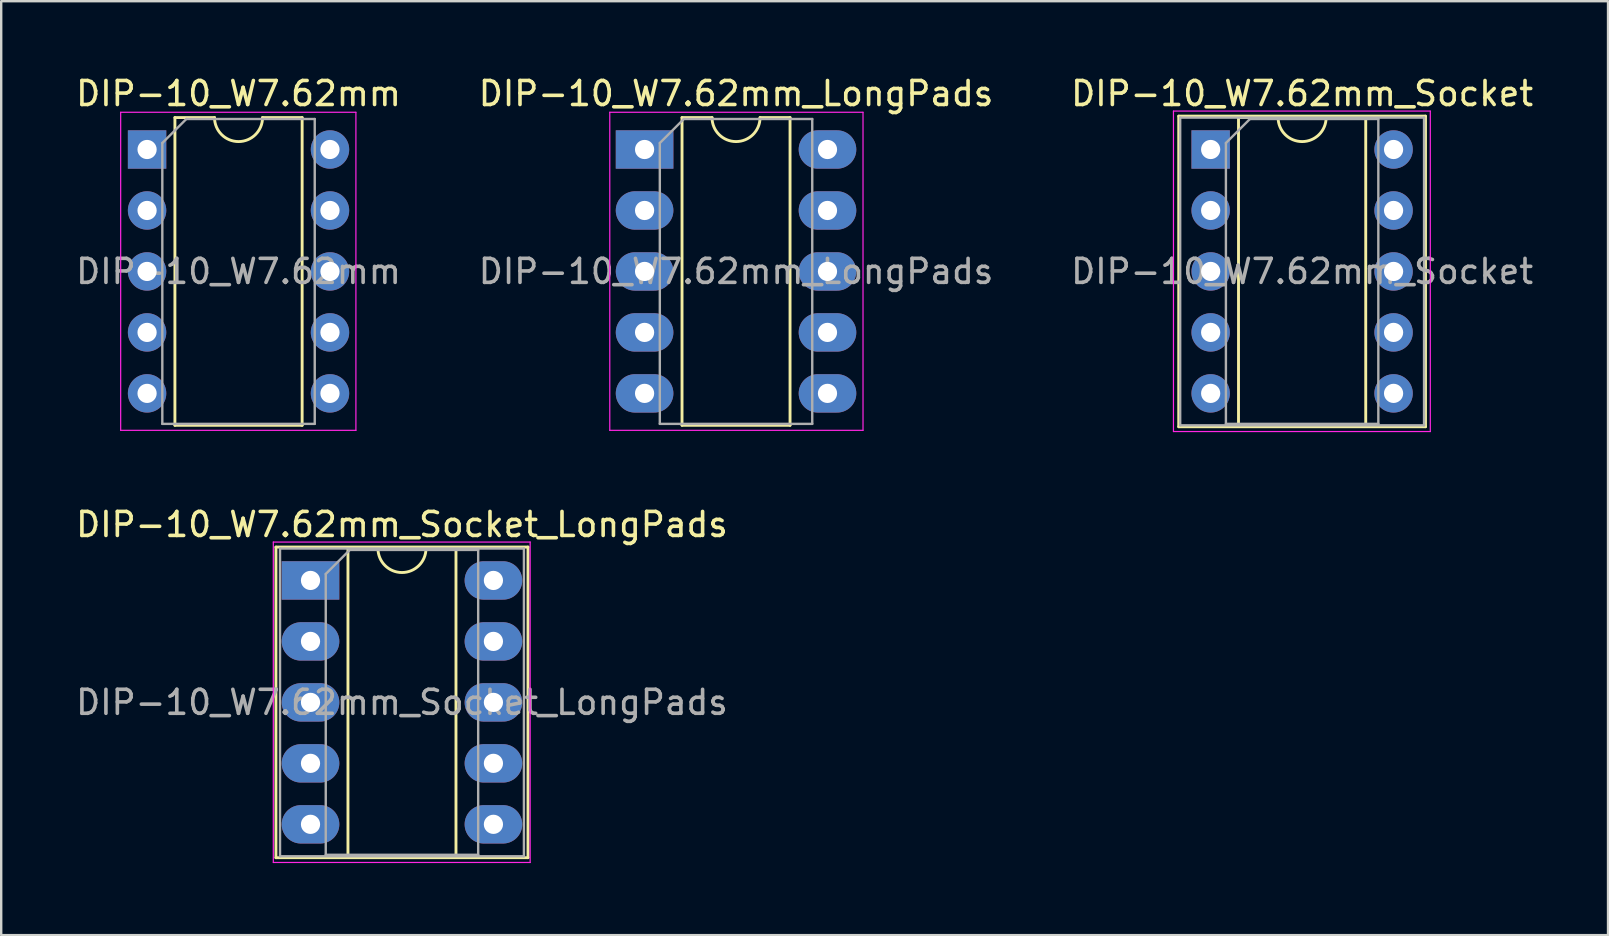
<source format=kicad_pcb>
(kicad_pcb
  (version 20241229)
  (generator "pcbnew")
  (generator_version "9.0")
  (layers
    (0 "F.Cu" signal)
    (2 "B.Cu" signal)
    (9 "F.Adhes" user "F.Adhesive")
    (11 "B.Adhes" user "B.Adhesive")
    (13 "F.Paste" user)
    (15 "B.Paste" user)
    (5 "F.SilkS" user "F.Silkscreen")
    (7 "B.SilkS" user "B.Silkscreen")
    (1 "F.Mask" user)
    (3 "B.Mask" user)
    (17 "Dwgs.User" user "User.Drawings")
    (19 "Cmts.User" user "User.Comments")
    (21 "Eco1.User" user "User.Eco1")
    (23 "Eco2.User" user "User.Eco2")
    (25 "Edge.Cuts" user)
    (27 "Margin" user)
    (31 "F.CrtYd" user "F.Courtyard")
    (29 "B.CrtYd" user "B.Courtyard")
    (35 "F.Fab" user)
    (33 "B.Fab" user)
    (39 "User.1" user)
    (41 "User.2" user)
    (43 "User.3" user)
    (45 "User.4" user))
  (footprint "DIP-10_W7.62mm_Socket_LongPads"
    (layer "F.Cu")
    (at 9.886 21.131)
    (property "Reference" "DIP-10_W7.62mm_Socket_LongPads" (at 3.81 -2.33 0) (layer "F.SilkS") (effects (font (size 1 1) (thickness 0.15))))
    (attr through_hole)
    (fp_line (start -1.44 -1.39) (end -1.44 11.55) (stroke (width 0.12) (type solid)) (layer "F.SilkS"))
    (fp_line (start -1.44 11.55) (end 9.06 11.55) (stroke (width 0.12) (type solid)) (layer "F.SilkS"))
    (fp_line (start 1.56 -1.33) (end 1.56 11.49) (stroke (width 0.12) (type solid)) (layer "F.SilkS"))
    (fp_line (start 1.56 11.49) (end 6.06 11.49) (stroke (width 0.12) (type solid)) (layer "F.SilkS"))
    (fp_line (start 2.81 -1.33) (end 1.56 -1.33) (stroke (width 0.12) (type solid)) (layer "F.SilkS"))
    (fp_line (start 6.06 -1.33) (end 4.81 -1.33) (stroke (width 0.12) (type solid)) (layer "F.SilkS"))
    (fp_line (start 6.06 11.49) (end 6.06 -1.33) (stroke (width 0.12) (type solid)) (layer "F.SilkS"))
    (fp_line (start 9.06 -1.39) (end -1.44 -1.39) (stroke (width 0.12) (type solid)) (layer "F.SilkS"))
    (fp_line (start 9.06 11.55) (end 9.06 -1.39) (stroke (width 0.12) (type solid)) (layer "F.SilkS"))
    (fp_arc (start 4.81 -1.33) (mid 3.81 -0.33) (end 2.81 -1.33) (stroke (width 0.12) (type solid)) (layer "F.SilkS"))
    (fp_line (start -1.55 -1.6) (end -1.55 11.75) (stroke (width 0.05) (type solid)) (layer "F.CrtYd"))
    (fp_line (start -1.55 11.75) (end 9.15 11.75) (stroke (width 0.05) (type solid)) (layer "F.CrtYd"))
    (fp_line (start 9.15 -1.6) (end -1.55 -1.6) (stroke (width 0.05) (type solid)) (layer "F.CrtYd"))
    (fp_line (start 9.15 11.75) (end 9.15 -1.6) (stroke (width 0.05) (type solid)) (layer "F.CrtYd"))
    (fp_line (start -1.27 -1.33) (end -1.27 11.49) (stroke (width 0.1) (type solid)) (layer "F.Fab"))
    (fp_line (start -1.27 11.49) (end 8.89 11.49) (stroke (width 0.1) (type solid)) (layer "F.Fab"))
    (fp_line (start 0.635 -0.27) (end 1.635 -1.27) (stroke (width 0.1) (type solid)) (layer "F.Fab"))
    (fp_line (start 0.635 11.43) (end 0.635 -0.27) (stroke (width 0.1) (type solid)) (layer "F.Fab"))
    (fp_line (start 1.635 -1.27) (end 6.985 -1.27) (stroke (width 0.1) (type solid)) (layer "F.Fab"))
    (fp_line (start 6.985 -1.27) (end 6.985 11.43) (stroke (width 0.1) (type solid)) (layer "F.Fab"))
    (fp_line (start 6.985 11.43) (end 0.635 11.43) (stroke (width 0.1) (type solid)) (layer "F.Fab"))
    (fp_line (start 8.89 -1.33) (end -1.27 -1.33) (stroke (width 0.1) (type solid)) (layer "F.Fab"))
    (fp_line (start 8.89 11.49) (end 8.89 -1.33) (stroke (width 0.1) (type solid)) (layer "F.Fab"))
    (fp_text user "${REFERENCE}" (at 3.81 5.08 0) (layer "F.Fab") (effects (font (size 1 1) (thickness 0.15))))
    (pad "1" thru_hole rect (at 0 0) (size 2.4 1.6) (drill 0.8) (layers "*.Cu" "*.Mask"))
    (pad "2" thru_hole oval (at 0 2.54) (size 2.4 1.6) (drill 0.8) (layers "*.Cu" "*.Mask"))
    (pad "3" thru_hole oval (at 0 5.08) (size 2.4 1.6) (drill 0.8) (layers "*.Cu" "*.Mask"))
    (pad "4" thru_hole oval (at 0 7.62) (size 2.4 1.6) (drill 0.8) (layers "*.Cu" "*.Mask"))
    (pad "5" thru_hole oval (at 0 10.16) (size 2.4 1.6) (drill 0.8) (layers "*.Cu" "*.Mask"))
    (pad "6" thru_hole oval (at 7.62 10.16) (size 2.4 1.6) (drill 0.8) (layers "*.Cu" "*.Mask"))
    (pad "7" thru_hole oval (at 7.62 7.62) (size 2.4 1.6) (drill 0.8) (layers "*.Cu" "*.Mask"))
    (pad "8" thru_hole oval (at 7.62 5.08) (size 2.4 1.6) (drill 0.8) (layers "*.Cu" "*.Mask"))
    (pad "9" thru_hole oval (at 7.62 2.54) (size 2.4 1.6) (drill 0.8) (layers "*.Cu" "*.Mask"))
    (pad "10" thru_hole oval (at 7.62 0) (size 2.4 1.6) (drill 0.8) (layers "*.Cu" "*.Mask")))
  (footprint "DIP-10_W7.62mm_LongPads"
    (layer "F.Cu")
    (at 23.803 3.178)
    (property "Reference" "DIP-10_W7.62mm_LongPads" (at 3.81 -2.33 0) (layer "F.SilkS") (effects (font (size 1 1) (thickness 0.15))))
    (attr through_hole)
    (fp_line (start 1.56 -1.33) (end 1.56 11.49) (stroke (width 0.12) (type solid)) (layer "F.SilkS"))
    (fp_line (start 1.56 11.49) (end 6.06 11.49) (stroke (width 0.12) (type solid)) (layer "F.SilkS"))
    (fp_line (start 2.81 -1.33) (end 1.56 -1.33) (stroke (width 0.12) (type solid)) (layer "F.SilkS"))
    (fp_line (start 6.06 -1.33) (end 4.81 -1.33) (stroke (width 0.12) (type solid)) (layer "F.SilkS"))
    (fp_line (start 6.06 11.49) (end 6.06 -1.33) (stroke (width 0.12) (type solid)) (layer "F.SilkS"))
    (fp_arc (start 4.81 -1.33) (mid 3.81 -0.33) (end 2.81 -1.33) (stroke (width 0.12) (type solid)) (layer "F.SilkS"))
    (fp_line (start -1.45 -1.55) (end -1.45 11.7) (stroke (width 0.05) (type solid)) (layer "F.CrtYd"))
    (fp_line (start -1.45 11.7) (end 9.1 11.7) (stroke (width 0.05) (type solid)) (layer "F.CrtYd"))
    (fp_line (start 9.1 -1.55) (end -1.45 -1.55) (stroke (width 0.05) (type solid)) (layer "F.CrtYd"))
    (fp_line (start 9.1 11.7) (end 9.1 -1.55) (stroke (width 0.05) (type solid)) (layer "F.CrtYd"))
    (fp_line (start 0.635 -0.27) (end 1.635 -1.27) (stroke (width 0.1) (type solid)) (layer "F.Fab"))
    (fp_line (start 0.635 11.43) (end 0.635 -0.27) (stroke (width 0.1) (type solid)) (layer "F.Fab"))
    (fp_line (start 1.635 -1.27) (end 6.985 -1.27) (stroke (width 0.1) (type solid)) (layer "F.Fab"))
    (fp_line (start 6.985 -1.27) (end 6.985 11.43) (stroke (width 0.1) (type solid)) (layer "F.Fab"))
    (fp_line (start 6.985 11.43) (end 0.635 11.43) (stroke (width 0.1) (type solid)) (layer "F.Fab"))
    (fp_text user "${REFERENCE}" (at 3.81 5.08 0) (layer "F.Fab") (effects (font (size 1 1) (thickness 0.15))))
    (pad "1" thru_hole rect (at 0 0) (size 2.4 1.6) (drill 0.8) (layers "*.Cu" "*.Mask"))
    (pad "2" thru_hole oval (at 0 2.54) (size 2.4 1.6) (drill 0.8) (layers "*.Cu" "*.Mask"))
    (pad "3" thru_hole oval (at 0 5.08) (size 2.4 1.6) (drill 0.8) (layers "*.Cu" "*.Mask"))
    (pad "4" thru_hole oval (at 0 7.62) (size 2.4 1.6) (drill 0.8) (layers "*.Cu" "*.Mask"))
    (pad "5" thru_hole oval (at 0 10.16) (size 2.4 1.6) (drill 0.8) (layers "*.Cu" "*.Mask"))
    (pad "6" thru_hole oval (at 7.62 10.16) (size 2.4 1.6) (drill 0.8) (layers "*.Cu" "*.Mask"))
    (pad "7" thru_hole oval (at 7.62 7.62) (size 2.4 1.6) (drill 0.8) (layers "*.Cu" "*.Mask"))
    (pad "8" thru_hole oval (at 7.62 5.08) (size 2.4 1.6) (drill 0.8) (layers "*.Cu" "*.Mask"))
    (pad "9" thru_hole oval (at 7.62 2.54) (size 2.4 1.6) (drill 0.8) (layers "*.Cu" "*.Mask"))
    (pad "10" thru_hole oval (at 7.62 0) (size 2.4 1.6) (drill 0.8) (layers "*.Cu" "*.Mask")))
  (footprint "DIP-10_W7.62mm_Socket"
    (layer "F.Cu")
    (at 47.386 3.178)
    (property "Reference" "DIP-10_W7.62mm_Socket" (at 3.81 -2.33 0) (layer "F.SilkS") (effects (font (size 1 1) (thickness 0.15))))
    (attr through_hole)
    (fp_line (start -1.33 -1.39) (end -1.33 11.55) (stroke (width 0.12) (type solid)) (layer "F.SilkS"))
    (fp_line (start -1.33 11.55) (end 8.95 11.55) (stroke (width 0.12) (type solid)) (layer "F.SilkS"))
    (fp_line (start 1.16 -1.33) (end 1.16 11.49) (stroke (width 0.12) (type solid)) (layer "F.SilkS"))
    (fp_line (start 1.16 11.49) (end 6.46 11.49) (stroke (width 0.12) (type solid)) (layer "F.SilkS"))
    (fp_line (start 2.81 -1.33) (end 1.16 -1.33) (stroke (width 0.12) (type solid)) (layer "F.SilkS"))
    (fp_line (start 6.46 -1.33) (end 4.81 -1.33) (stroke (width 0.12) (type solid)) (layer "F.SilkS"))
    (fp_line (start 6.46 11.49) (end 6.46 -1.33) (stroke (width 0.12) (type solid)) (layer "F.SilkS"))
    (fp_line (start 8.95 -1.39) (end -1.33 -1.39) (stroke (width 0.12) (type solid)) (layer "F.SilkS"))
    (fp_line (start 8.95 11.55) (end 8.95 -1.39) (stroke (width 0.12) (type solid)) (layer "F.SilkS"))
    (fp_arc (start 4.81 -1.33) (mid 3.81 -0.33) (end 2.81 -1.33) (stroke (width 0.12) (type solid)) (layer "F.SilkS"))
    (fp_line (start -1.55 -1.6) (end -1.55 11.75) (stroke (width 0.05) (type solid)) (layer "F.CrtYd"))
    (fp_line (start -1.55 11.75) (end 9.15 11.75) (stroke (width 0.05) (type solid)) (layer "F.CrtYd"))
    (fp_line (start 9.15 -1.6) (end -1.55 -1.6) (stroke (width 0.05) (type solid)) (layer "F.CrtYd"))
    (fp_line (start 9.15 11.75) (end 9.15 -1.6) (stroke (width 0.05) (type solid)) (layer "F.CrtYd"))
    (fp_line (start -1.27 -1.33) (end -1.27 11.49) (stroke (width 0.1) (type solid)) (layer "F.Fab"))
    (fp_line (start -1.27 11.49) (end 8.89 11.49) (stroke (width 0.1) (type solid)) (layer "F.Fab"))
    (fp_line (start 0.635 -0.27) (end 1.635 -1.27) (stroke (width 0.1) (type solid)) (layer "F.Fab"))
    (fp_line (start 0.635 11.43) (end 0.635 -0.27) (stroke (width 0.1) (type solid)) (layer "F.Fab"))
    (fp_line (start 1.635 -1.27) (end 6.985 -1.27) (stroke (width 0.1) (type solid)) (layer "F.Fab"))
    (fp_line (start 6.985 -1.27) (end 6.985 11.43) (stroke (width 0.1) (type solid)) (layer "F.Fab"))
    (fp_line (start 6.985 11.43) (end 0.635 11.43) (stroke (width 0.1) (type solid)) (layer "F.Fab"))
    (fp_line (start 8.89 -1.33) (end -1.27 -1.33) (stroke (width 0.1) (type solid)) (layer "F.Fab"))
    (fp_line (start 8.89 11.49) (end 8.89 -1.33) (stroke (width 0.1) (type solid)) (layer "F.Fab"))
    (fp_text user "${REFERENCE}" (at 3.81 5.08 0) (layer "F.Fab") (effects (font (size 1 1) (thickness 0.15))))
    (pad "1" thru_hole rect (at 0 0) (size 1.6 1.6) (drill 0.8) (layers "*.Cu" "*.Mask"))
    (pad "2" thru_hole oval (at 0 2.54) (size 1.6 1.6) (drill 0.8) (layers "*.Cu" "*.Mask"))
    (pad "3" thru_hole oval (at 0 5.08) (size 1.6 1.6) (drill 0.8) (layers "*.Cu" "*.Mask"))
    (pad "4" thru_hole oval (at 0 7.62) (size 1.6 1.6) (drill 0.8) (layers "*.Cu" "*.Mask"))
    (pad "5" thru_hole oval (at 0 10.16) (size 1.6 1.6) (drill 0.8) (layers "*.Cu" "*.Mask"))
    (pad "6" thru_hole oval (at 7.62 10.16) (size 1.6 1.6) (drill 0.8) (layers "*.Cu" "*.Mask"))
    (pad "7" thru_hole oval (at 7.62 7.62) (size 1.6 1.6) (drill 0.8) (layers "*.Cu" "*.Mask"))
    (pad "8" thru_hole oval (at 7.62 5.08) (size 1.6 1.6) (drill 0.8) (layers "*.Cu" "*.Mask"))
    (pad "9" thru_hole oval (at 7.62 2.54) (size 1.6 1.6) (drill 0.8) (layers "*.Cu" "*.Mask"))
    (pad "10" thru_hole oval (at 7.62 0) (size 1.6 1.6) (drill 0.8) (layers "*.Cu" "*.Mask")))
  (footprint "DIP-10_W7.62mm"
    (layer "F.Cu")
    (at 3.077 3.178)
    (property "Reference" "DIP-10_W7.62mm" (at 3.81 -2.33 0) (layer "F.SilkS") (effects (font (size 1 1) (thickness 0.15))))
    (attr through_hole)
    (fp_line (start 1.16 -1.33) (end 1.16 11.49) (stroke (width 0.12) (type solid)) (layer "F.SilkS"))
    (fp_line (start 1.16 11.49) (end 6.46 11.49) (stroke (width 0.12) (type solid)) (layer "F.SilkS"))
    (fp_line (start 2.81 -1.33) (end 1.16 -1.33) (stroke (width 0.12) (type solid)) (layer "F.SilkS"))
    (fp_line (start 6.46 -1.33) (end 4.81 -1.33) (stroke (width 0.12) (type solid)) (layer "F.SilkS"))
    (fp_line (start 6.46 11.49) (end 6.46 -1.33) (stroke (width 0.12) (type solid)) (layer "F.SilkS"))
    (fp_arc (start 4.81 -1.33) (mid 3.81 -0.33) (end 2.81 -1.33) (stroke (width 0.12) (type solid)) (layer "F.SilkS"))
    (fp_line (start -1.1 -1.55) (end -1.1 11.7) (stroke (width 0.05) (type solid)) (layer "F.CrtYd"))
    (fp_line (start -1.1 11.7) (end 8.7 11.7) (stroke (width 0.05) (type solid)) (layer "F.CrtYd"))
    (fp_line (start 8.7 -1.55) (end -1.1 -1.55) (stroke (width 0.05) (type solid)) (layer "F.CrtYd"))
    (fp_line (start 8.7 11.7) (end 8.7 -1.55) (stroke (width 0.05) (type solid)) (layer "F.CrtYd"))
    (fp_line (start 0.635 -0.27) (end 1.635 -1.27) (stroke (width 0.1) (type solid)) (layer "F.Fab"))
    (fp_line (start 0.635 11.43) (end 0.635 -0.27) (stroke (width 0.1) (type solid)) (layer "F.Fab"))
    (fp_line (start 1.635 -1.27) (end 6.985 -1.27) (stroke (width 0.1) (type solid)) (layer "F.Fab"))
    (fp_line (start 6.985 -1.27) (end 6.985 11.43) (stroke (width 0.1) (type solid)) (layer "F.Fab"))
    (fp_line (start 6.985 11.43) (end 0.635 11.43) (stroke (width 0.1) (type solid)) (layer "F.Fab"))
    (fp_text user "${REFERENCE}" (at 3.81 5.08 0) (layer "F.Fab") (effects (font (size 1 1) (thickness 0.15))))
    (pad "1" thru_hole rect (at 0 0) (size 1.6 1.6) (drill 0.8) (layers "*.Cu" "*.Mask"))
    (pad "2" thru_hole oval (at 0 2.54) (size 1.6 1.6) (drill 0.8) (layers "*.Cu" "*.Mask"))
    (pad "3" thru_hole oval (at 0 5.08) (size 1.6 1.6) (drill 0.8) (layers "*.Cu" "*.Mask"))
    (pad "4" thru_hole oval (at 0 7.62) (size 1.6 1.6) (drill 0.8) (layers "*.Cu" "*.Mask"))
    (pad "5" thru_hole oval (at 0 10.16) (size 1.6 1.6) (drill 0.8) (layers "*.Cu" "*.Mask"))
    (pad "6" thru_hole oval (at 7.62 10.16) (size 1.6 1.6) (drill 0.8) (layers "*.Cu" "*.Mask"))
    (pad "7" thru_hole oval (at 7.62 7.62) (size 1.6 1.6) (drill 0.8) (layers "*.Cu" "*.Mask"))
    (pad "8" thru_hole oval (at 7.62 5.08) (size 1.6 1.6) (drill 0.8) (layers "*.Cu" "*.Mask"))
    (pad "9" thru_hole oval (at 7.62 2.54) (size 1.6 1.6) (drill 0.8) (layers "*.Cu" "*.Mask"))
    (pad "10" thru_hole oval (at 7.62 0) (size 1.6 1.6) (drill 0.8) (layers "*.Cu" "*.Mask")))
  (gr_rect
    (start -3 -3)
    (end 63.94 35.907)
    (stroke (width 0.1) (type default))
    (fill no)
    (layer "Edge.Cuts")))
</source>
